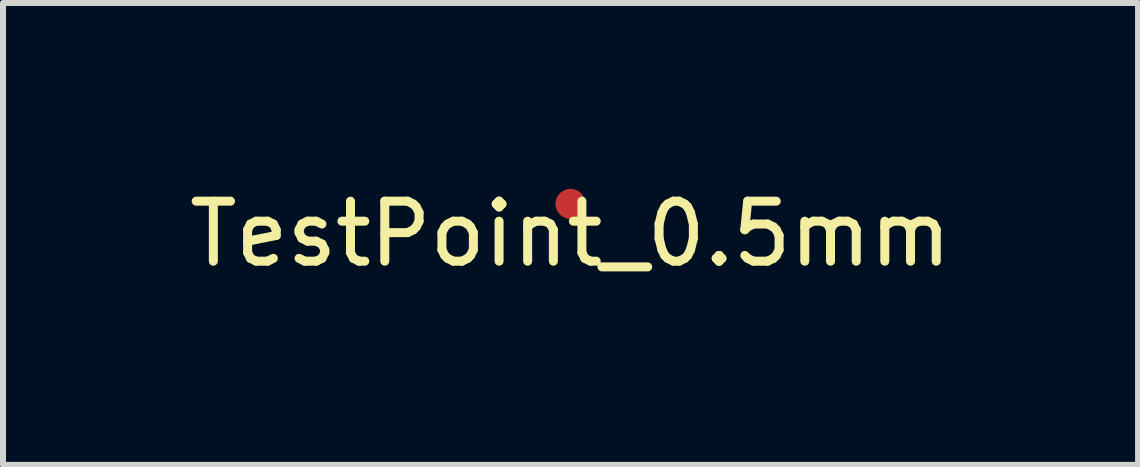
<source format=kicad_pcb>
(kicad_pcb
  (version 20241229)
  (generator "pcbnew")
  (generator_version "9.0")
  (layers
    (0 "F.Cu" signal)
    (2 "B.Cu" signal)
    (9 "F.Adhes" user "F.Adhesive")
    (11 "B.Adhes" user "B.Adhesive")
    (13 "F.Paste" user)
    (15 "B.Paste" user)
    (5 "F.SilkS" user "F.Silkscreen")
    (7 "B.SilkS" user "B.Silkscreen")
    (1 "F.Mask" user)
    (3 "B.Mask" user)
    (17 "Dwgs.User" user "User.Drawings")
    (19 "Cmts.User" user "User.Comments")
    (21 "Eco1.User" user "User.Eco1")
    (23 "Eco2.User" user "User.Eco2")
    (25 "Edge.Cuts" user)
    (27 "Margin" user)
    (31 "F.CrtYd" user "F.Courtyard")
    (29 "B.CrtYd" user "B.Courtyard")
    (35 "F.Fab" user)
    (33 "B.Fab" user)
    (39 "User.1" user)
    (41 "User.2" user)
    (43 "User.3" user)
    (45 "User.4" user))
  (footprint "TestPoint_0.5mm"
    (layer "F.Cu")
    (at 6.458 0.348)
    (property "Reference" "TestPoint_0.5mm" (at 0 0.5 0) (layer "F.SilkS") (effects (font (size 1 1) (thickness 0.15))))
    (attr through_hole)
    (pad "1" smd circle (at 0 0) (size 0.5 0.5) (layers "F.Cu" "F.Mask" "F.Paste")))
  (gr_rect
    (start -3 -3)
    (end 15.917 4.697)
    (stroke (width 0.1) (type default))
    (fill no)
    (layer "Edge.Cuts")))
</source>
